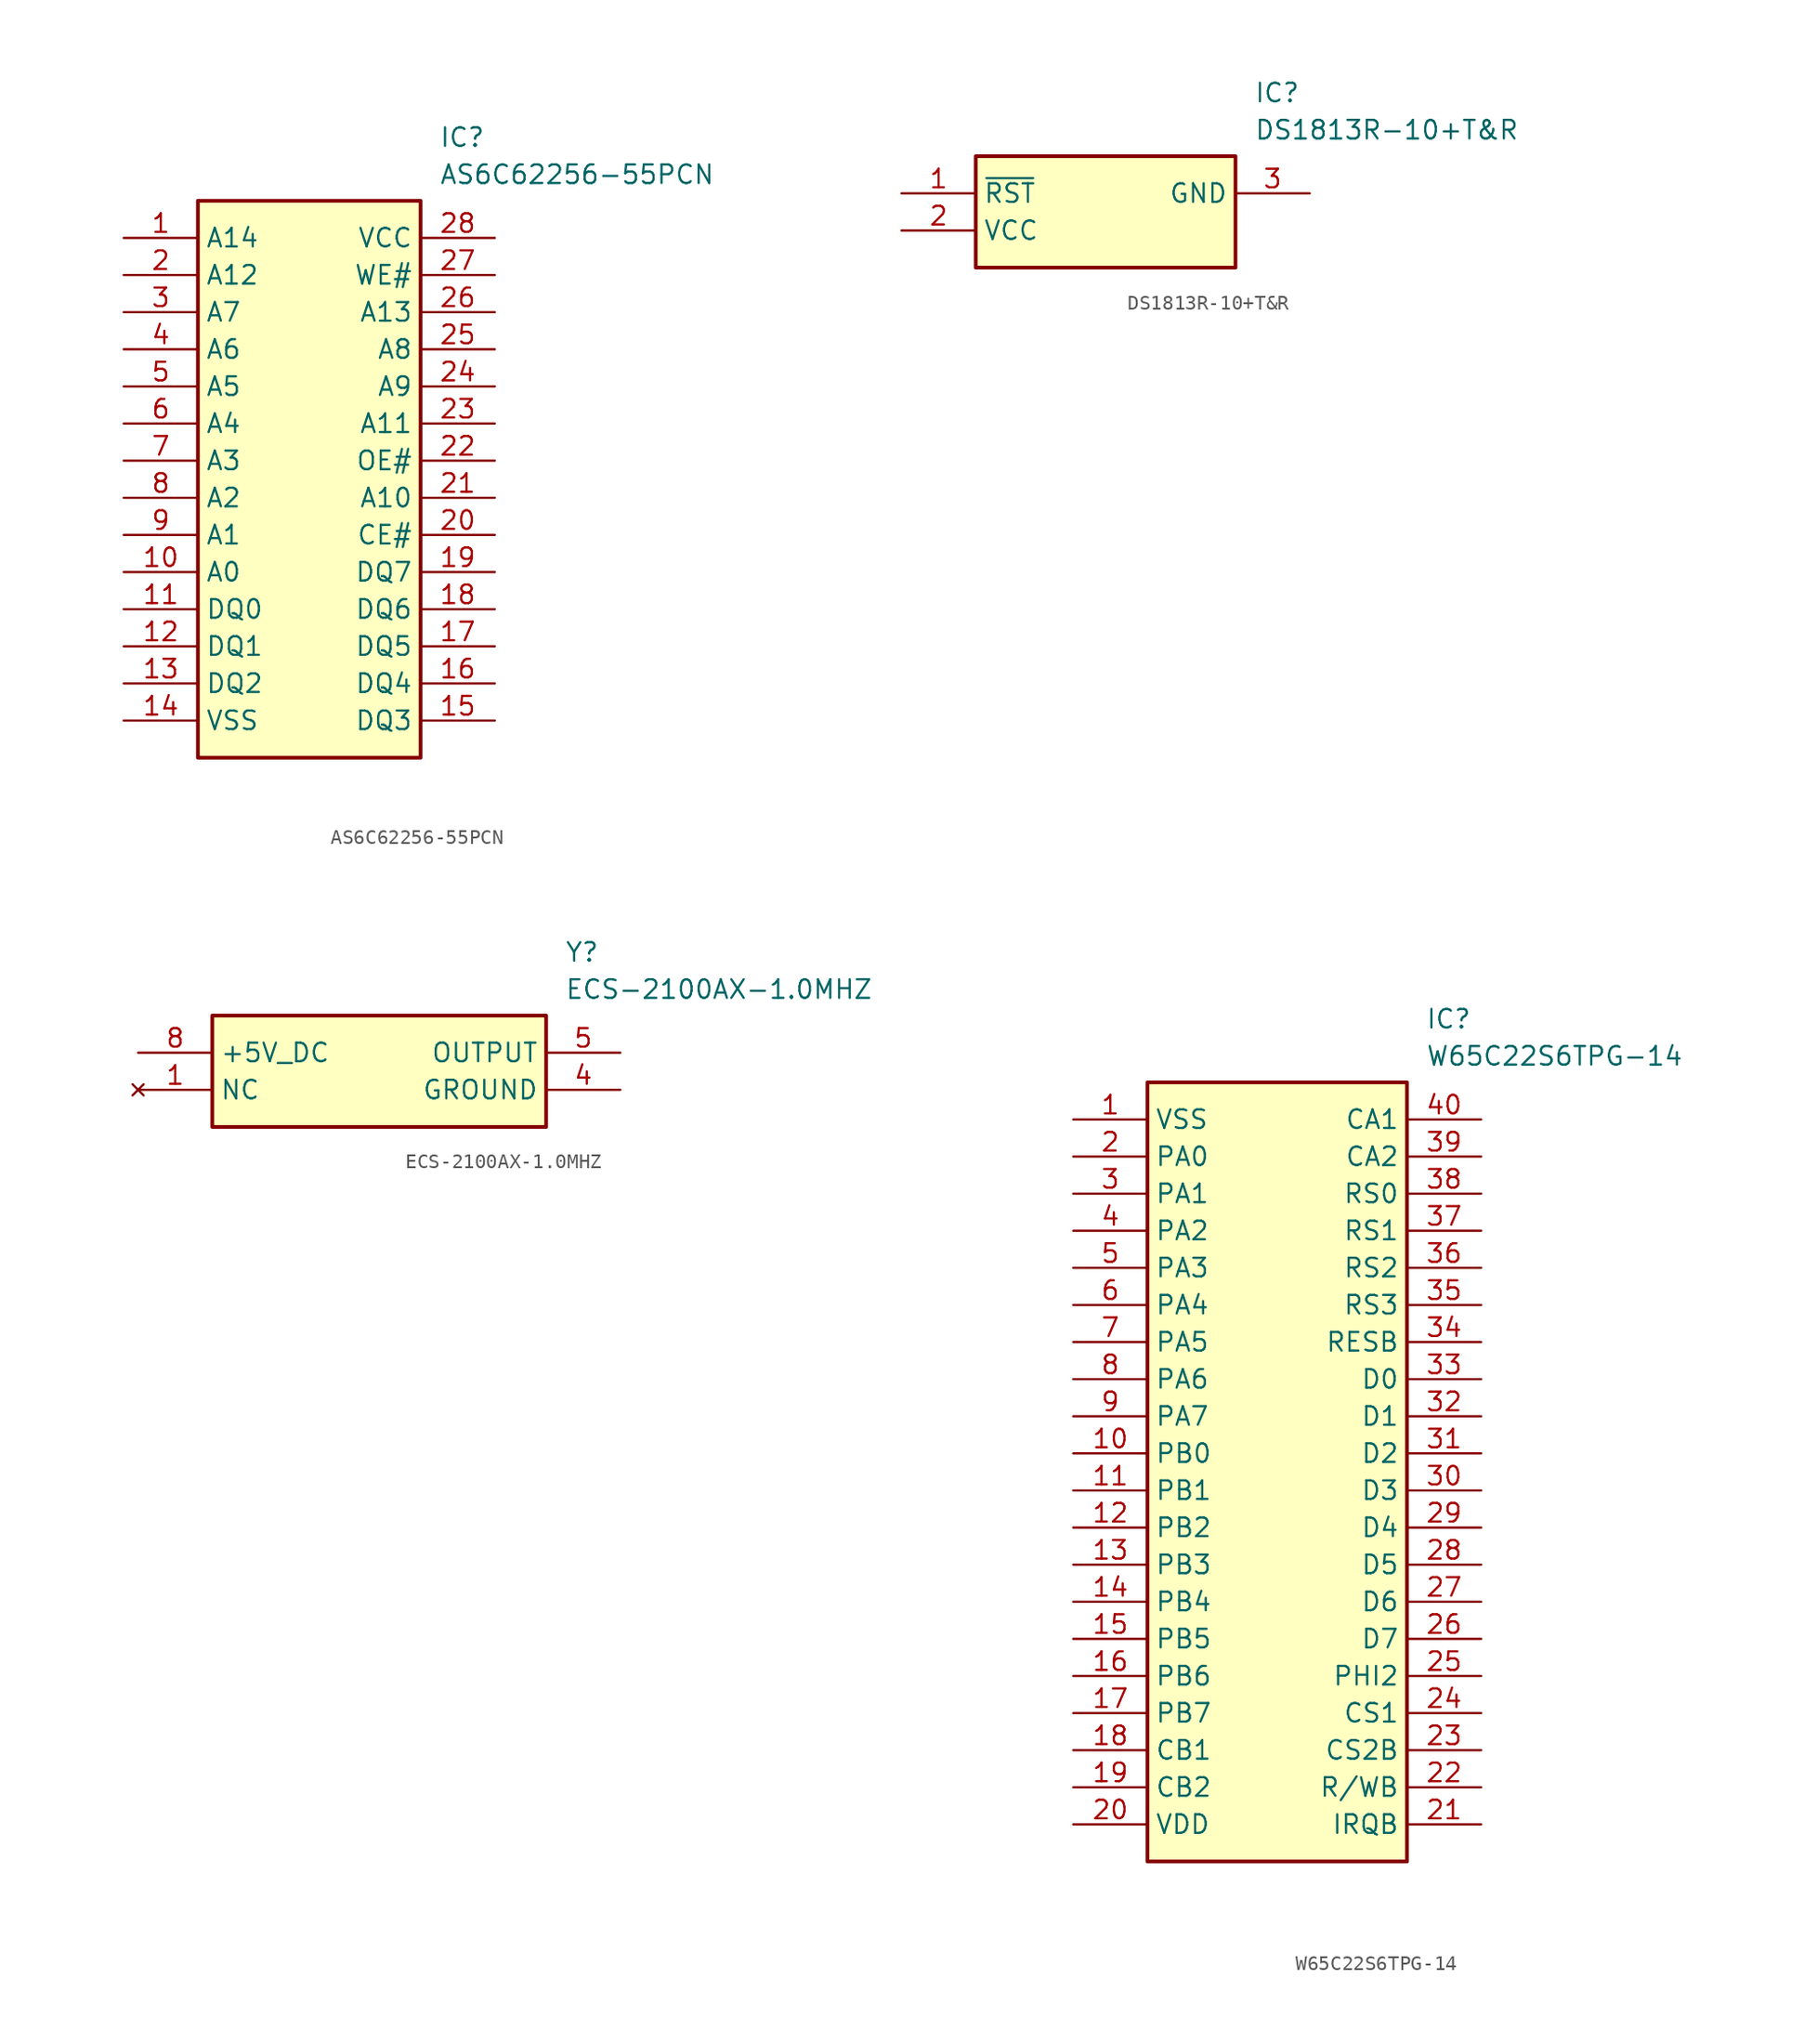
<source format=kicad_sym>
(kicad_symbol_lib
  (version 20231120)
  (generator "kicad_symbol_editor")
  (generator_version "8.0")
  (symbol "AS6C62256-55PCN"
    (property "Reference" "IC"
      (at 21.59 7.62 0)
      (effects (font (size 1.27 1.27)) (justify left top)))
    (property "Value" "AS6C62256-55PCN"
      (at 21.59 5.08 0)
      (effects (font (size 1.27 1.27)) (justify left top)))
    (symbol "AS6C62256-55PCN_1_1"
      (rectangle (start 5.08 2.54) (end 20.32 -35.56) (stroke (width 0.254) (type default)) (fill (type background)))
      (pin input line (at 0 0 0) (length 5.08) (name "A14" (effects (font (size 1.27 1.27)))) (number "1" (effects (font (size 1.27 1.27)))))
      (pin input line (at 0 -22.86 0) (length 5.08) (name "A0" (effects (font (size 1.27 1.27)))) (number "10" (effects (font (size 1.27 1.27)))))
      (pin bidirectional line (at 0 -25.4 0) (length 5.08) (name "DQ0" (effects (font (size 1.27 1.27)))) (number "11" (effects (font (size 1.27 1.27)))))
      (pin bidirectional line (at 0 -27.94 0) (length 5.08) (name "DQ1" (effects (font (size 1.27 1.27)))) (number "12" (effects (font (size 1.27 1.27)))))
      (pin bidirectional line (at 0 -30.48 0) (length 5.08) (name "DQ2" (effects (font (size 1.27 1.27)))) (number "13" (effects (font (size 1.27 1.27)))))
      (pin power_in line (at 0 -33.02 0) (length 5.08) (name "VSS" (effects (font (size 1.27 1.27)))) (number "14" (effects (font (size 1.27 1.27)))))
      (pin bidirectional line (at 25.4 -33.02 180) (length 5.08) (name "DQ3" (effects (font (size 1.27 1.27)))) (number "15" (effects (font (size 1.27 1.27)))))
      (pin bidirectional line (at 25.4 -30.48 180) (length 5.08) (name "DQ4" (effects (font (size 1.27 1.27)))) (number "16" (effects (font (size 1.27 1.27)))))
      (pin bidirectional line (at 25.4 -27.94 180) (length 5.08) (name "DQ5" (effects (font (size 1.27 1.27)))) (number "17" (effects (font (size 1.27 1.27)))))
      (pin bidirectional line (at 25.4 -25.4 180) (length 5.08) (name "DQ6" (effects (font (size 1.27 1.27)))) (number "18" (effects (font (size 1.27 1.27)))))
      (pin bidirectional line (at 25.4 -22.86 180) (length 5.08) (name "DQ7" (effects (font (size 1.27 1.27)))) (number "19" (effects (font (size 1.27 1.27)))))
      (pin input line (at 0 -2.54 0) (length 5.08) (name "A12" (effects (font (size 1.27 1.27)))) (number "2" (effects (font (size 1.27 1.27)))))
      (pin input line (at 25.4 -20.32 180) (length 5.08) (name "CE#" (effects (font (size 1.27 1.27)))) (number "20" (effects (font (size 1.27 1.27)))))
      (pin input line (at 25.4 -17.78 180) (length 5.08) (name "A10" (effects (font (size 1.27 1.27)))) (number "21" (effects (font (size 1.27 1.27)))))
      (pin input line (at 25.4 -15.24 180) (length 5.08) (name "OE#" (effects (font (size 1.27 1.27)))) (number "22" (effects (font (size 1.27 1.27)))))
      (pin input line (at 25.4 -12.7 180) (length 5.08) (name "A11" (effects (font (size 1.27 1.27)))) (number "23" (effects (font (size 1.27 1.27)))))
      (pin input line (at 25.4 -10.16 180) (length 5.08) (name "A9" (effects (font (size 1.27 1.27)))) (number "24" (effects (font (size 1.27 1.27)))))
      (pin input line (at 25.4 -7.62 180) (length 5.08) (name "A8" (effects (font (size 1.27 1.27)))) (number "25" (effects (font (size 1.27 1.27)))))
      (pin input line (at 25.4 -5.08 180) (length 5.08) (name "A13" (effects (font (size 1.27 1.27)))) (number "26" (effects (font (size 1.27 1.27)))))
      (pin input line (at 25.4 -2.54 180) (length 5.08) (name "WE#" (effects (font (size 1.27 1.27)))) (number "27" (effects (font (size 1.27 1.27)))))
      (pin power_in line (at 25.4 0 180) (length 5.08) (name "VCC" (effects (font (size 1.27 1.27)))) (number "28" (effects (font (size 1.27 1.27)))))
      (pin input line (at 0 -5.08 0) (length 5.08) (name "A7" (effects (font (size 1.27 1.27)))) (number "3" (effects (font (size 1.27 1.27)))))
      (pin input line (at 0 -7.62 0) (length 5.08) (name "A6" (effects (font (size 1.27 1.27)))) (number "4" (effects (font (size 1.27 1.27)))))
      (pin input line (at 0 -10.16 0) (length 5.08) (name "A5" (effects (font (size 1.27 1.27)))) (number "5" (effects (font (size 1.27 1.27)))))
      (pin input line (at 0 -12.7 0) (length 5.08) (name "A4" (effects (font (size 1.27 1.27)))) (number "6" (effects (font (size 1.27 1.27)))))
      (pin input line (at 0 -15.24 0) (length 5.08) (name "A3" (effects (font (size 1.27 1.27)))) (number "7" (effects (font (size 1.27 1.27)))))
      (pin input line (at 0 -17.78 0) (length 5.08) (name "A2" (effects (font (size 1.27 1.27)))) (number "8" (effects (font (size 1.27 1.27)))))
      (pin input line (at 0 -20.32 0) (length 5.08) (name "A1" (effects (font (size 1.27 1.27)))) (number "9" (effects (font (size 1.27 1.27)))))))
  (symbol "DS1813R-10+T&R"
    (property "Reference" "IC"
      (at 24.13 7.62 0)
      (effects (font (size 1.27 1.27)) (justify left top)))
    (property "Value" "DS1813R-10+T&R"
      (at 24.13 5.08 0)
      (effects (font (size 1.27 1.27)) (justify left top)))
    (symbol "DS1813R-10+T&R_1_1"
      (rectangle (start 5.08 2.54) (end 22.86 -5.08) (stroke (width 0.254) (type default)) (fill (type background)))
      (pin passive line (at 0 0 0) (length 5.08) (name "~{RST}" (effects (font (size 1.27 1.27)))) (number "1" (effects (font (size 1.27 1.27)))))
      (pin passive line (at 0 -2.54 0) (length 5.08) (name "VCC" (effects (font (size 1.27 1.27)))) (number "2" (effects (font (size 1.27 1.27)))))
      (pin passive line (at 27.94 0 180) (length 5.08) (name "GND" (effects (font (size 1.27 1.27)))) (number "3" (effects (font (size 1.27 1.27)))))))
  (symbol "ECS-2100AX-1.0MHZ"
    (property "Reference" "Y"
      (at 29.21 7.62 0)
      (effects (font (size 1.27 1.27)) (justify left top)))
    (property "Value" "ECS-2100AX-1.0MHZ"
      (at 29.21 5.08 0)
      (effects (font (size 1.27 1.27)) (justify left top)))
    (symbol "ECS-2100AX-1.0MHZ_1_1"
      (rectangle (start 5.08 2.54) (end 27.94 -5.08) (stroke (width 0.254) (type default)) (fill (type background)))
      (pin no_connect line (at 0 -2.54 0) (length 5.08) (name "NC" (effects (font (size 1.27 1.27)))) (number "1" (effects (font (size 1.27 1.27)))))
      (pin passive line (at 33.02 -2.54 180) (length 5.08) (name "GROUND" (effects (font (size 1.27 1.27)))) (number "4" (effects (font (size 1.27 1.27)))))
      (pin passive line (at 33.02 0 180) (length 5.08) (name "OUTPUT" (effects (font (size 1.27 1.27)))) (number "5" (effects (font (size 1.27 1.27)))))
      (pin passive line (at 0 0 0) (length 5.08) (name "+5V_DC" (effects (font (size 1.27 1.27)))) (number "8" (effects (font (size 1.27 1.27)))))))
  (symbol "W65C22S6TPG-14"
    (property "Reference" "IC"
      (at 24.13 7.62 0)
      (effects (font (size 1.27 1.27)) (justify left top)))
    (property "Value" "W65C22S6TPG-14"
      (at 24.13 5.08 0)
      (effects (font (size 1.27 1.27)) (justify left top)))
    (symbol "W65C22S6TPG-14_1_1"
      (rectangle (start 5.08 2.54) (end 22.86 -50.8) (stroke (width 0.254) (type default)) (fill (type background)))
      (pin passive line (at 0 0 0) (length 5.08) (name "VSS" (effects (font (size 1.27 1.27)))) (number "1" (effects (font (size 1.27 1.27)))))
      (pin passive line (at 0 -22.86 0) (length 5.08) (name "PB0" (effects (font (size 1.27 1.27)))) (number "10" (effects (font (size 1.27 1.27)))))
      (pin passive line (at 0 -25.4 0) (length 5.08) (name "PB1" (effects (font (size 1.27 1.27)))) (number "11" (effects (font (size 1.27 1.27)))))
      (pin passive line (at 0 -27.94 0) (length 5.08) (name "PB2" (effects (font (size 1.27 1.27)))) (number "12" (effects (font (size 1.27 1.27)))))
      (pin passive line (at 0 -30.48 0) (length 5.08) (name "PB3" (effects (font (size 1.27 1.27)))) (number "13" (effects (font (size 1.27 1.27)))))
      (pin passive line (at 0 -33.02 0) (length 5.08) (name "PB4" (effects (font (size 1.27 1.27)))) (number "14" (effects (font (size 1.27 1.27)))))
      (pin passive line (at 0 -35.56 0) (length 5.08) (name "PB5" (effects (font (size 1.27 1.27)))) (number "15" (effects (font (size 1.27 1.27)))))
      (pin passive line (at 0 -38.1 0) (length 5.08) (name "PB6" (effects (font (size 1.27 1.27)))) (number "16" (effects (font (size 1.27 1.27)))))
      (pin passive line (at 0 -40.64 0) (length 5.08) (name "PB7" (effects (font (size 1.27 1.27)))) (number "17" (effects (font (size 1.27 1.27)))))
      (pin passive line (at 0 -43.18 0) (length 5.08) (name "CB1" (effects (font (size 1.27 1.27)))) (number "18" (effects (font (size 1.27 1.27)))))
      (pin passive line (at 0 -45.72 0) (length 5.08) (name "CB2" (effects (font (size 1.27 1.27)))) (number "19" (effects (font (size 1.27 1.27)))))
      (pin passive line (at 0 -2.54 0) (length 5.08) (name "PA0" (effects (font (size 1.27 1.27)))) (number "2" (effects (font (size 1.27 1.27)))))
      (pin passive line (at 0 -48.26 0) (length 5.08) (name "VDD" (effects (font (size 1.27 1.27)))) (number "20" (effects (font (size 1.27 1.27)))))
      (pin passive line (at 27.94 -48.26 180) (length 5.08) (name "IRQB" (effects (font (size 1.27 1.27)))) (number "21" (effects (font (size 1.27 1.27)))))
      (pin passive line (at 27.94 -45.72 180) (length 5.08) (name "R/WB" (effects (font (size 1.27 1.27)))) (number "22" (effects (font (size 1.27 1.27)))))
      (pin passive line (at 27.94 -43.18 180) (length 5.08) (name "CS2B" (effects (font (size 1.27 1.27)))) (number "23" (effects (font (size 1.27 1.27)))))
      (pin passive line (at 27.94 -40.64 180) (length 5.08) (name "CS1" (effects (font (size 1.27 1.27)))) (number "24" (effects (font (size 1.27 1.27)))))
      (pin passive line (at 27.94 -38.1 180) (length 5.08) (name "PHI2" (effects (font (size 1.27 1.27)))) (number "25" (effects (font (size 1.27 1.27)))))
      (pin passive line (at 27.94 -35.56 180) (length 5.08) (name "D7" (effects (font (size 1.27 1.27)))) (number "26" (effects (font (size 1.27 1.27)))))
      (pin passive line (at 27.94 -33.02 180) (length 5.08) (name "D6" (effects (font (size 1.27 1.27)))) (number "27" (effects (font (size 1.27 1.27)))))
      (pin passive line (at 27.94 -30.48 180) (length 5.08) (name "D5" (effects (font (size 1.27 1.27)))) (number "28" (effects (font (size 1.27 1.27)))))
      (pin passive line (at 27.94 -27.94 180) (length 5.08) (name "D4" (effects (font (size 1.27 1.27)))) (number "29" (effects (font (size 1.27 1.27)))))
      (pin passive line (at 0 -5.08 0) (length 5.08) (name "PA1" (effects (font (size 1.27 1.27)))) (number "3" (effects (font (size 1.27 1.27)))))
      (pin passive line (at 27.94 -25.4 180) (length 5.08) (name "D3" (effects (font (size 1.27 1.27)))) (number "30" (effects (font (size 1.27 1.27)))))
      (pin passive line (at 27.94 -22.86 180) (length 5.08) (name "D2" (effects (font (size 1.27 1.27)))) (number "31" (effects (font (size 1.27 1.27)))))
      (pin passive line (at 27.94 -20.32 180) (length 5.08) (name "D1" (effects (font (size 1.27 1.27)))) (number "32" (effects (font (size 1.27 1.27)))))
      (pin passive line (at 27.94 -17.78 180) (length 5.08) (name "D0" (effects (font (size 1.27 1.27)))) (number "33" (effects (font (size 1.27 1.27)))))
      (pin passive line (at 27.94 -15.24 180) (length 5.08) (name "RESB" (effects (font (size 1.27 1.27)))) (number "34" (effects (font (size 1.27 1.27)))))
      (pin passive line (at 27.94 -12.7 180) (length 5.08) (name "RS3" (effects (font (size 1.27 1.27)))) (number "35" (effects (font (size 1.27 1.27)))))
      (pin passive line (at 27.94 -10.16 180) (length 5.08) (name "RS2" (effects (font (size 1.27 1.27)))) (number "36" (effects (font (size 1.27 1.27)))))
      (pin passive line (at 27.94 -7.62 180) (length 5.08) (name "RS1" (effects (font (size 1.27 1.27)))) (number "37" (effects (font (size 1.27 1.27)))))
      (pin passive line (at 27.94 -5.08 180) (length 5.08) (name "RS0" (effects (font (size 1.27 1.27)))) (number "38" (effects (font (size 1.27 1.27)))))
      (pin passive line (at 27.94 -2.54 180) (length 5.08) (name "CA2" (effects (font (size 1.27 1.27)))) (number "39" (effects (font (size 1.27 1.27)))))
      (pin passive line (at 0 -7.62 0) (length 5.08) (name "PA2" (effects (font (size 1.27 1.27)))) (number "4" (effects (font (size 1.27 1.27)))))
      (pin passive line (at 27.94 0 180) (length 5.08) (name "CA1" (effects (font (size 1.27 1.27)))) (number "40" (effects (font (size 1.27 1.27)))))
      (pin passive line (at 0 -10.16 0) (length 5.08) (name "PA3" (effects (font (size 1.27 1.27)))) (number "5" (effects (font (size 1.27 1.27)))))
      (pin passive line (at 0 -12.7 0) (length 5.08) (name "PA4" (effects (font (size 1.27 1.27)))) (number "6" (effects (font (size 1.27 1.27)))))
      (pin passive line (at 0 -15.24 0) (length 5.08) (name "PA5" (effects (font (size 1.27 1.27)))) (number "7" (effects (font (size 1.27 1.27)))))
      (pin passive line (at 0 -17.78 0) (length 5.08) (name "PA6" (effects (font (size 1.27 1.27)))) (number "8" (effects (font (size 1.27 1.27)))))
      (pin passive line (at 0 -20.32 0) (length 5.08) (name "PA7" (effects (font (size 1.27 1.27)))) (number "9" (effects (font (size 1.27 1.27))))))))
</source>
